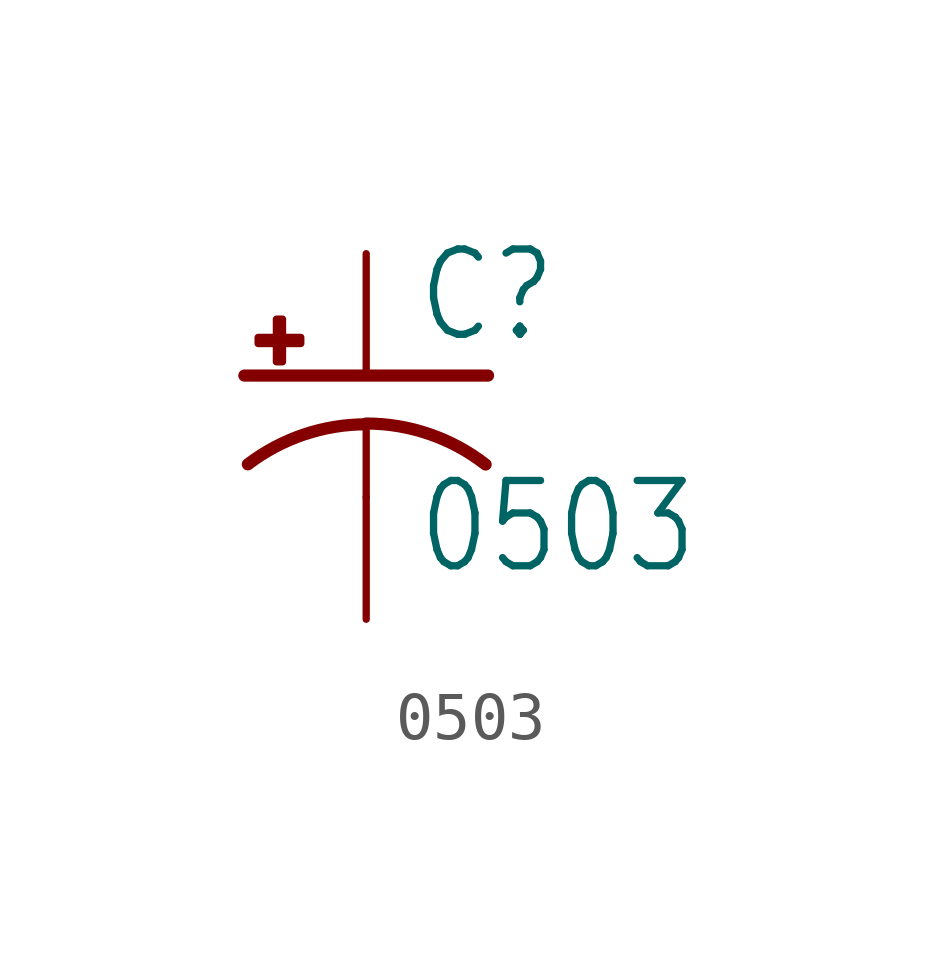
<source format=kicad_sym>
(kicad_symbol_lib
  (version 20211014)
  (generator kicad_symbol_editor)
  (symbol "0503"
    (property "Reference" "C"
      (at 1.016 0.635 0)
      (effects (font (size 1.778 1.511)) (justify left bottom)))
    (property "Value" "0503"
      (at 1.016 -4.191 0)
      (effects (font (size 1.778 1.511)) (justify left bottom)))
    (property "ki_locked" ""
      (at 0 0 0)
      (effects (font (size 1.27 1.27))))
    (symbol "0503_1_0"
      (rectangle (start -2.253 0.668) (end -1.364 0.795) (stroke (width 0) (type default) (color 0 0 0 0)) (fill (type outline)))
      (rectangle (start -1.872 0.287) (end -1.745 1.176) (stroke (width 0) (type default) (color 0 0 0 0)) (fill (type outline)))
      (arc (start 0 -1.0161) (mid -1.3021 -1.2303) (end -2.4669 -1.8504) (stroke (width 0.254) (type default) (color 0 0 0 0)) (fill (type none)))
      (polyline (pts (xy -2.54 0) (xy 2.54 0)) (stroke (width 0.254) (type default) (color 0 0 0 0)) (fill (type none)))
      (polyline (pts (xy 0 -1.016) (xy 0 -2.54)) (stroke (width 0.152) (type default) (color 0 0 0 0)) (fill (type none)))
      (arc (start 2.4892 -1.8542) (mid 1.3158 -1.2195) (end 0 -1) (stroke (width 0.254) (type default) (color 0 0 0 0)) (fill (type none)))
      (pin passive line (at 0 2.54 270) (length 2.54) (name "+" (effects (font (size 0 0)))) (number "+" (effects (font (size 0 0)))))
      (pin passive line (at 0 -5.08 90) (length 2.54) (name "-" (effects (font (size 0 0)))) (number "-" (effects (font (size 0 0))))))))
</source>
